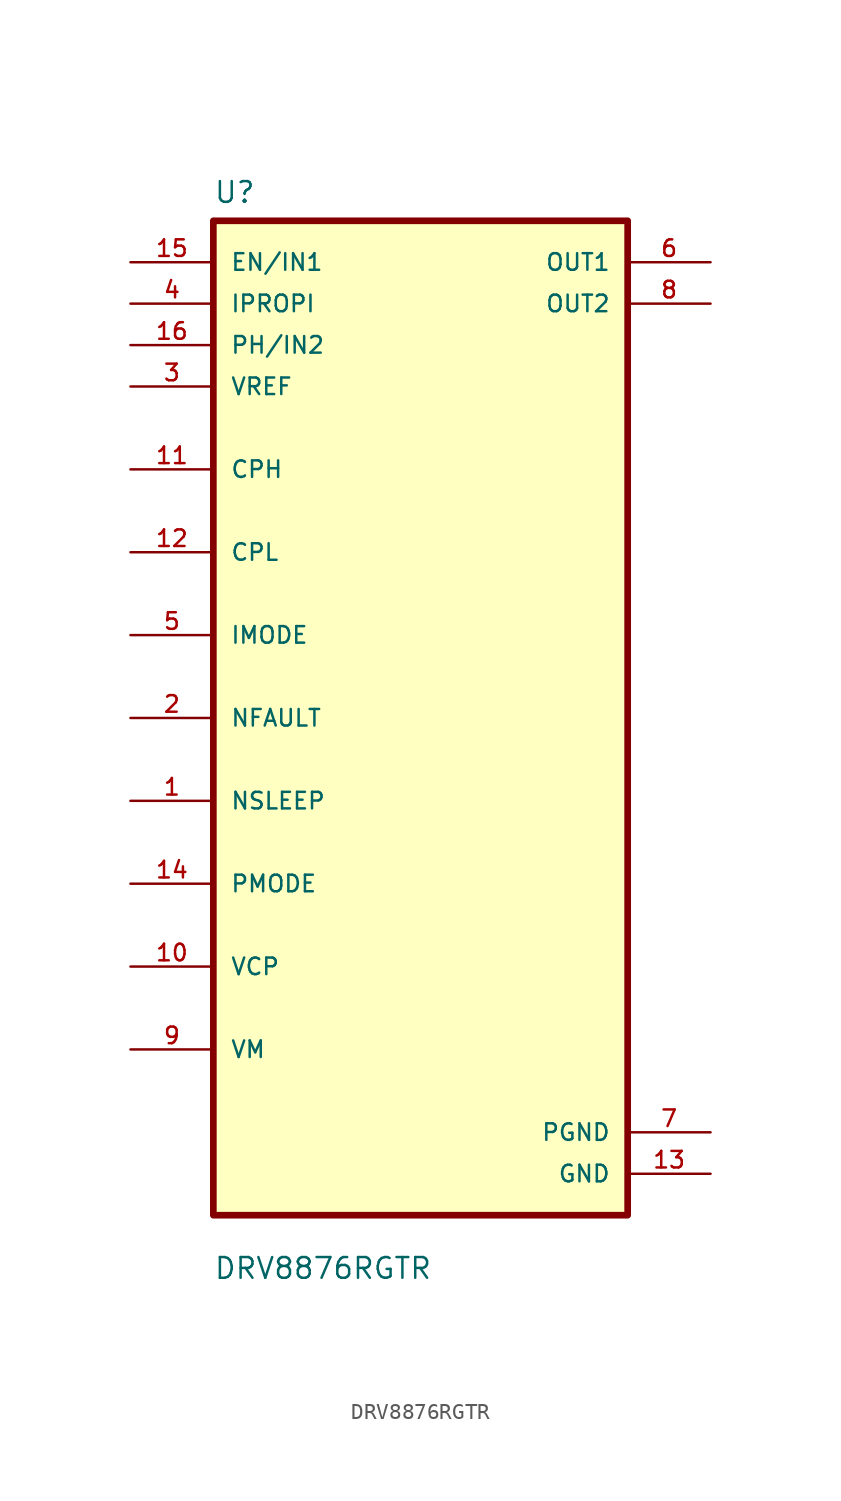
<source format=kicad_sym>
(kicad_symbol_lib
  (version 20211014)
  (generator kicad_symbol_editor)
  (symbol "DRV8876RGTR"
    (pin_names
      (offset 1.016))
    (property "Reference" "U"
      (at -12.7 31.48 0.0)
      (effects (font (size 1.27 1.27)) (justify bottom left)))
    (property "Value" "DRV8876RGTR"
      (at -12.7 -34.48 0.0)
      (effects (font (size 1.27 1.27)) (justify bottom left)))
    (symbol "DRV8876RGTR_0_0"
      (rectangle (start -12.7 -30.48) (end 12.7 30.48) (stroke (width 0.41)) (fill (type background)))
      (pin input line (at -17.78 27.94 0) (length 5.08) (name "EN/IN1" (effects (font (size 1.016 1.016)))) (number "15" (effects (font (size 1.016 1.016)))))
      (pin input line (at -17.78 25.4 0) (length 5.08) (name "IPROPI" (effects (font (size 1.016 1.016)))) (number "4" (effects (font (size 1.016 1.016)))))
      (pin input line (at -17.78 22.86 0) (length 5.08) (name "PH/IN2" (effects (font (size 1.016 1.016)))) (number "16" (effects (font (size 1.016 1.016)))))
      (pin input line (at -17.78 20.32 0) (length 5.08) (name "VREF" (effects (font (size 1.016 1.016)))) (number "3" (effects (font (size 1.016 1.016)))))
      (pin bidirectional line (at -17.78 15.24 0) (length 5.08) (name "CPH" (effects (font (size 1.016 1.016)))) (number "11" (effects (font (size 1.016 1.016)))))
      (pin bidirectional line (at -17.78 10.16 0) (length 5.08) (name "CPL" (effects (font (size 1.016 1.016)))) (number "12" (effects (font (size 1.016 1.016)))))
      (pin bidirectional line (at -17.78 5.08 0) (length 5.08) (name "IMODE" (effects (font (size 1.016 1.016)))) (number "5" (effects (font (size 1.016 1.016)))))
      (pin bidirectional line (at -17.78 7.10543e-15 0) (length 5.08) (name "NFAULT" (effects (font (size 1.016 1.016)))) (number "2" (effects (font (size 1.016 1.016)))))
      (pin bidirectional line (at -17.78 -5.08 0) (length 5.08) (name "NSLEEP" (effects (font (size 1.016 1.016)))) (number "1" (effects (font (size 1.016 1.016)))))
      (pin bidirectional line (at -17.78 -10.16 0) (length 5.08) (name "PMODE" (effects (font (size 1.016 1.016)))) (number "14" (effects (font (size 1.016 1.016)))))
      (pin bidirectional line (at -17.78 -15.24 0) (length 5.08) (name "VCP" (effects (font (size 1.016 1.016)))) (number "10" (effects (font (size 1.016 1.016)))))
      (pin bidirectional line (at -17.78 -20.32 0) (length 5.08) (name "VM" (effects (font (size 1.016 1.016)))) (number "9" (effects (font (size 1.016 1.016)))))
      (pin output line (at 17.78 27.94 180.0) (length 5.08) (name "OUT1" (effects (font (size 1.016 1.016)))) (number "6" (effects (font (size 1.016 1.016)))))
      (pin output line (at 17.78 25.4 180.0) (length 5.08) (name "OUT2" (effects (font (size 1.016 1.016)))) (number "8" (effects (font (size 1.016 1.016)))))
      (pin power_in line (at 17.78 -25.4 180.0) (length 5.08) (name "PGND" (effects (font (size 1.016 1.016)))) (number "7" (effects (font (size 1.016 1.016)))))
      (pin power_in line (at 17.78 -27.94 180.0) (length 5.08) (name "GND" (effects (font (size 1.016 1.016)))) (number "13" (effects (font (size 1.016 1.016))))))))
</source>
